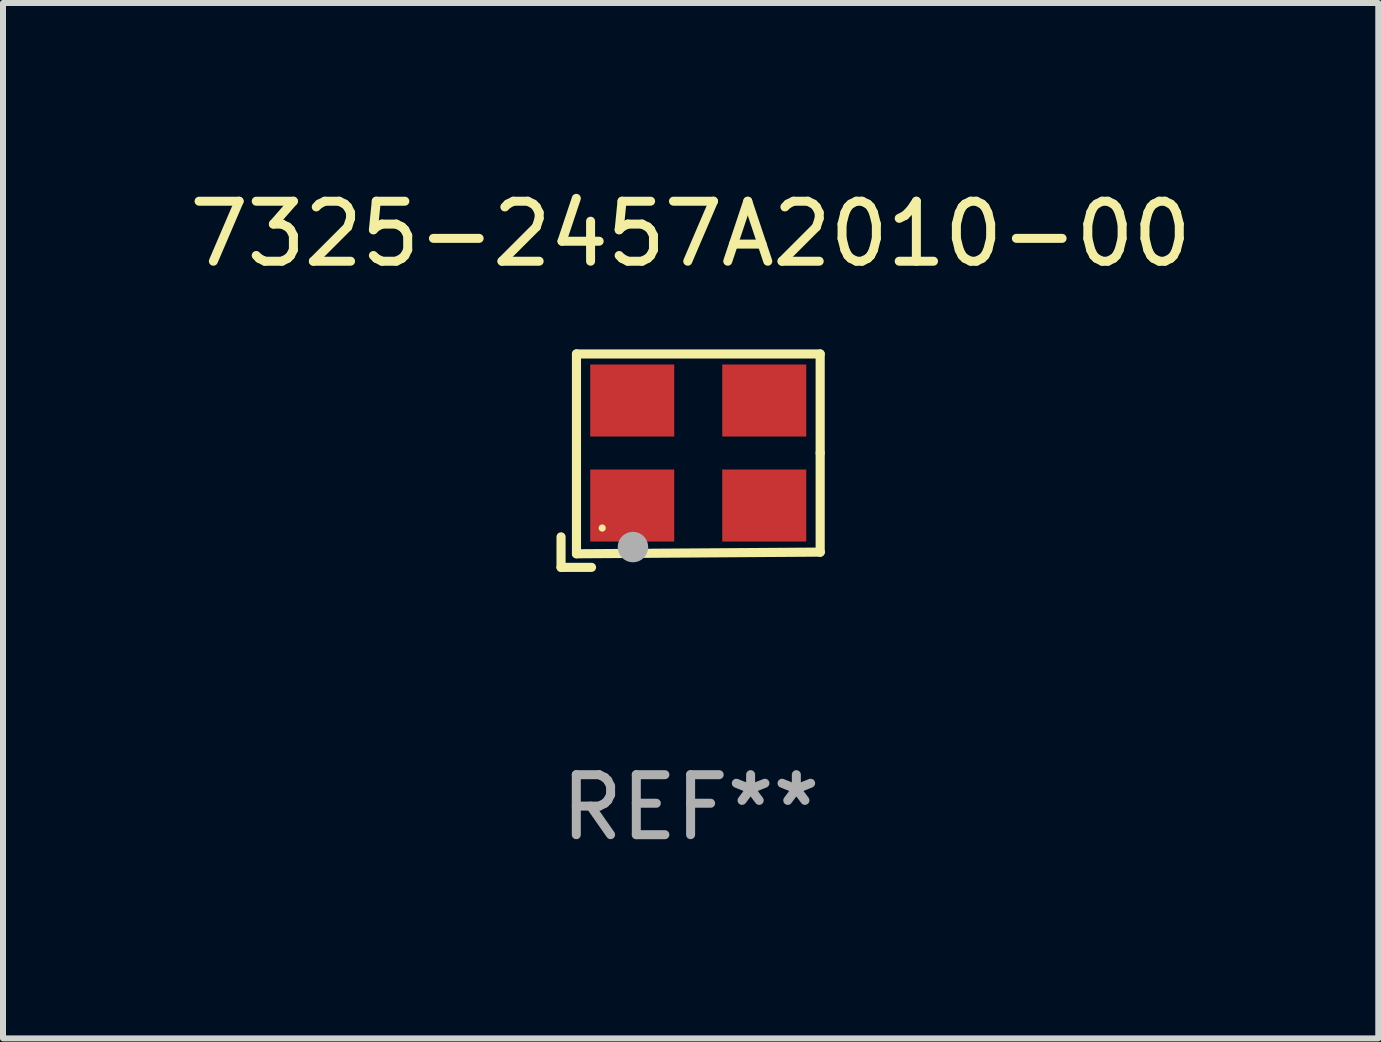
<source format=kicad_pcb>
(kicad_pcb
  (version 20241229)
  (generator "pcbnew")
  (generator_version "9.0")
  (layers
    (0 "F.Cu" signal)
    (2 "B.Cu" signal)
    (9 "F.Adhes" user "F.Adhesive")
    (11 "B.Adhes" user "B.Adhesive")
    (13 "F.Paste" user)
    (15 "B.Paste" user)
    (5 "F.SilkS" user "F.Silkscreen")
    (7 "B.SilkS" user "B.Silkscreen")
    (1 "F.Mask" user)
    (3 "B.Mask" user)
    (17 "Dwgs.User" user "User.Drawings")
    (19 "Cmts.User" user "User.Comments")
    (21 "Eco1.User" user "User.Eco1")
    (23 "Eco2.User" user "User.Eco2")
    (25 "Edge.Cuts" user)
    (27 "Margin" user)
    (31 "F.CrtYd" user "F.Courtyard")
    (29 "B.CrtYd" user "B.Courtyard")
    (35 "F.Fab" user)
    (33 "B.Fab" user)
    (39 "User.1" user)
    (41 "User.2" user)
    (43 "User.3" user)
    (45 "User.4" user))
  (footprint "7325-2457A2010-00"
    (layer "F.Cu")
    (at 8.458 4.626)
    (property "Reference" "7325-2457A2010-00" (at 0 -3.778 0) (layer "F.SilkS") (effects (font (size 1 1) (thickness 0.15))))
    (attr through_hole)
    (fp_line (start -2.159 1.27) (end -2.159 1.778) (stroke (width 0.152) (type solid)) (layer "F.SilkS"))
    (fp_line (start -2.159 1.778) (end -1.651 1.778) (stroke (width 0.152) (type solid)) (layer "F.SilkS"))
    (fp_line (start -1.902 -1.778) (end 2.159 -1.778) (stroke (width 0.152) (type solid)) (layer "F.SilkS"))
    (fp_line (start -1.902 1.552) (end -1.902 -1.778) (stroke (width 0.152) (type solid)) (layer "F.SilkS"))
    (fp_line (start 2.159 -1.778) (end 2.159 -0.127) (stroke (width 0.152) (type solid)) (layer "F.SilkS"))
    (fp_line (start 2.159 -0.127) (end 2.159 1.524) (stroke (width 0.152) (type solid)) (layer "F.SilkS"))
    (fp_line (start 2.159 1.524) (end -1.902 1.552) (stroke (width 0.152) (type solid)) (layer "F.SilkS"))
    (fp_line (start 2.159 1.524) (end 2.159 1.524) (stroke (width 0.152) (type solid)) (layer "F.SilkS"))
    (fp_circle (center -1.473 1.123) (end -1.443 1.123) (stroke (width 0.06) (type solid)) (fill no) (layer "F.SilkS"))
    (fp_circle (center -0.961 1.44) (end -0.834 1.44) (stroke (width 0.254) (type solid)) (fill no) (layer "F.Fab"))
    (fp_text user "REF**" (at 0 5.778 0) (layer "F.Fab") (effects (font (size 1 1) (thickness 0.15))))
    (pad "1" smd rect (at -0.973 0.748) (size 1.4 1.2) (layers "F.Cu" "F.Mask" "F.Paste"))
    (pad "2" smd rect (at 1.227 0.748) (size 1.4 1.2) (layers "F.Cu" "F.Mask" "F.Paste"))
    (pad "3" smd rect (at 1.227 -1.002) (size 1.4 1.2) (layers "F.Cu" "F.Mask" "F.Paste"))
    (pad "4" smd rect (at -0.973 -1.002) (size 1.4 1.2) (layers "F.Cu" "F.Mask" "F.Paste")))
  (gr_rect
    (start -3 -3)
    (end 19.917 14.253)
    (stroke (width 0.1) (type default))
    (fill no)
    (layer "Edge.Cuts")))
</source>
